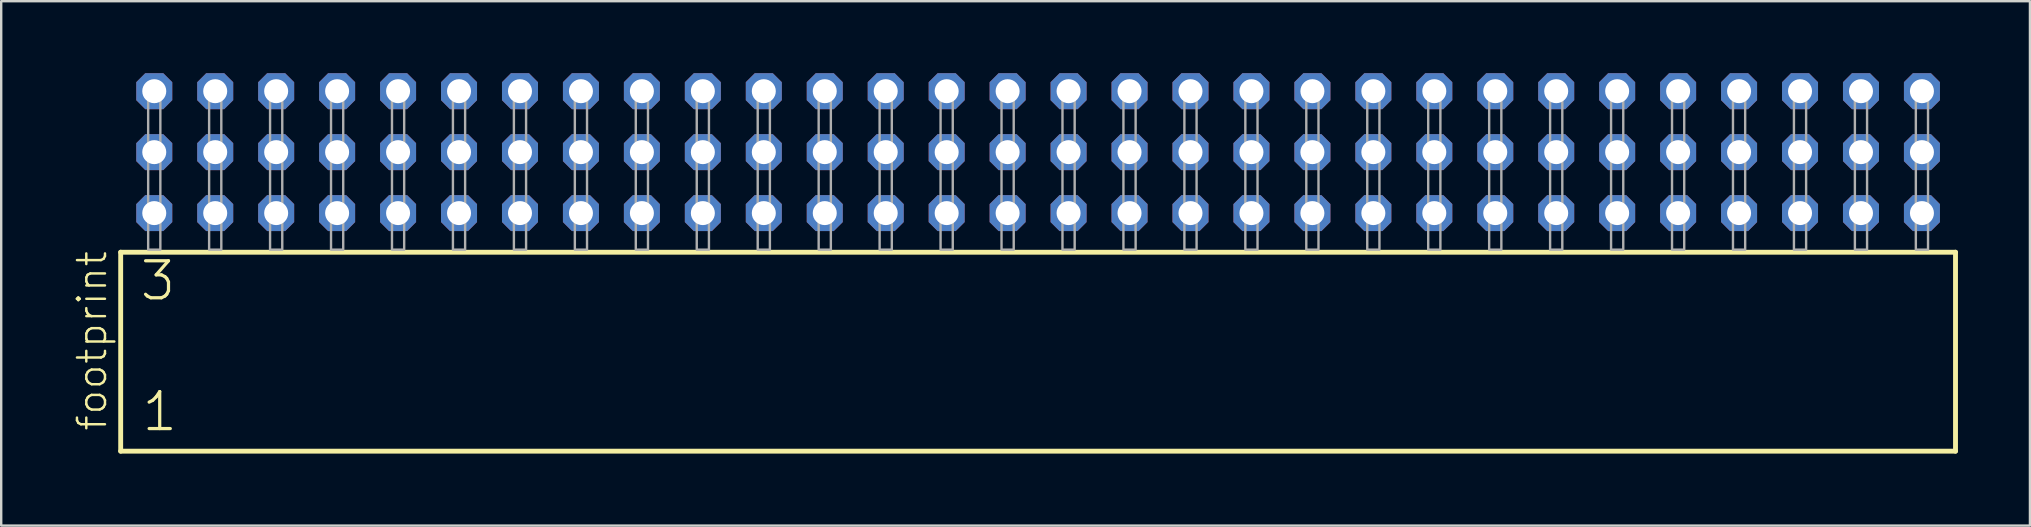
<source format=kicad_pcb>
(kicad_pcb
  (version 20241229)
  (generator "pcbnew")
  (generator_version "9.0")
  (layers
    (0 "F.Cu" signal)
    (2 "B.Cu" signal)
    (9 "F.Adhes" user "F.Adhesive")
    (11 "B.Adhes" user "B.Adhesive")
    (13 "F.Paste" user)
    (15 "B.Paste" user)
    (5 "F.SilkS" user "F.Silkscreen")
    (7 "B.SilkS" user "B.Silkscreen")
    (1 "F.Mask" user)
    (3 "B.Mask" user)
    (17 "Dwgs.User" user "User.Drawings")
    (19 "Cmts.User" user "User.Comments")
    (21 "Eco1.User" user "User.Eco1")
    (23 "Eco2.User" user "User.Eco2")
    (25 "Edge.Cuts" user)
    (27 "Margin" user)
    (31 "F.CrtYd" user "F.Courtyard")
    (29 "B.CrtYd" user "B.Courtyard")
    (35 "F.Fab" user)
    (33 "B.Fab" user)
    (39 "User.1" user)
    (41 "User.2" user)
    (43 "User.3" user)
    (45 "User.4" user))
  (footprint "footprint"
    (layer "F.Cu")
    (at 40.208 7.354)
    (property "Reference" "footprint" (at -38.735 7.62 90) (layer "F.SilkS") (effects (font (size 1.168 1.168) (thickness 0.102)) (justify left bottom)))
    (fp_line (start -38.229 0.106) (end -38.229 8.396) (stroke (width 0.203) (type solid)) (layer "F.SilkS"))
    (fp_line (start -38.229 8.396) (end 38.229 8.396) (stroke (width 0.203) (type solid)) (layer "F.SilkS"))
    (fp_line (start 38.229 0.106) (end -38.229 0.106) (stroke (width 0.203) (type solid)) (layer "F.SilkS"))
    (fp_line (start 38.229 8.396) (end 38.229 0.106) (stroke (width 0.203) (type solid)) (layer "F.SilkS"))
    (fp_poly (pts (xy -37.084 0) (xy -36.576 0) (xy -36.576 -6.858) (xy -37.084 -6.858)) (stroke (width 0.1) (type solid)) (fill no) (layer "F.Fab"))
    (fp_poly (pts (xy -34.544 0) (xy -34.036 0) (xy -34.036 -6.858) (xy -34.544 -6.858)) (stroke (width 0.1) (type solid)) (fill no) (layer "F.Fab"))
    (fp_poly (pts (xy -32.004 0) (xy -31.496 0) (xy -31.496 -6.858) (xy -32.004 -6.858)) (stroke (width 0.1) (type solid)) (fill no) (layer "F.Fab"))
    (fp_poly (pts (xy -29.464 0) (xy -28.956 0) (xy -28.956 -6.858) (xy -29.464 -6.858)) (stroke (width 0.1) (type solid)) (fill no) (layer "F.Fab"))
    (fp_poly (pts (xy -26.924 0) (xy -26.416 0) (xy -26.416 -6.858) (xy -26.924 -6.858)) (stroke (width 0.1) (type solid)) (fill no) (layer "F.Fab"))
    (fp_poly (pts (xy -24.384 0) (xy -23.876 0) (xy -23.876 -6.858) (xy -24.384 -6.858)) (stroke (width 0.1) (type solid)) (fill no) (layer "F.Fab"))
    (fp_poly (pts (xy -21.844 0) (xy -21.336 0) (xy -21.336 -6.858) (xy -21.844 -6.858)) (stroke (width 0.1) (type solid)) (fill no) (layer "F.Fab"))
    (fp_poly (pts (xy -19.304 0) (xy -18.796 0) (xy -18.796 -6.858) (xy -19.304 -6.858)) (stroke (width 0.1) (type solid)) (fill no) (layer "F.Fab"))
    (fp_poly (pts (xy -16.764 0) (xy -16.256 0) (xy -16.256 -6.858) (xy -16.764 -6.858)) (stroke (width 0.1) (type solid)) (fill no) (layer "F.Fab"))
    (fp_poly (pts (xy -14.224 0) (xy -13.716 0) (xy -13.716 -6.858) (xy -14.224 -6.858)) (stroke (width 0.1) (type solid)) (fill no) (layer "F.Fab"))
    (fp_poly (pts (xy -11.684 0) (xy -11.176 0) (xy -11.176 -6.858) (xy -11.684 -6.858)) (stroke (width 0.1) (type solid)) (fill no) (layer "F.Fab"))
    (fp_poly (pts (xy -9.144 0) (xy -8.636 0) (xy -8.636 -6.858) (xy -9.144 -6.858)) (stroke (width 0.1) (type solid)) (fill no) (layer "F.Fab"))
    (fp_poly (pts (xy -6.604 0) (xy -6.096 0) (xy -6.096 -6.858) (xy -6.604 -6.858)) (stroke (width 0.1) (type solid)) (fill no) (layer "F.Fab"))
    (fp_poly (pts (xy -4.064 0) (xy -3.556 0) (xy -3.556 -6.858) (xy -4.064 -6.858)) (stroke (width 0.1) (type solid)) (fill no) (layer "F.Fab"))
    (fp_poly (pts (xy -1.524 0) (xy -1.016 0) (xy -1.016 -6.858) (xy -1.524 -6.858)) (stroke (width 0.1) (type solid)) (fill no) (layer "F.Fab"))
    (fp_poly (pts (xy 1.016 0) (xy 1.524 0) (xy 1.524 -6.858) (xy 1.016 -6.858)) (stroke (width 0.1) (type solid)) (fill no) (layer "F.Fab"))
    (fp_poly (pts (xy 3.556 0) (xy 4.064 0) (xy 4.064 -6.858) (xy 3.556 -6.858)) (stroke (width 0.1) (type solid)) (fill no) (layer "F.Fab"))
    (fp_poly (pts (xy 6.096 0) (xy 6.604 0) (xy 6.604 -6.858) (xy 6.096 -6.858)) (stroke (width 0.1) (type solid)) (fill no) (layer "F.Fab"))
    (fp_poly (pts (xy 8.636 0) (xy 9.144 0) (xy 9.144 -6.858) (xy 8.636 -6.858)) (stroke (width 0.1) (type solid)) (fill no) (layer "F.Fab"))
    (fp_poly (pts (xy 11.176 0) (xy 11.684 0) (xy 11.684 -6.858) (xy 11.176 -6.858)) (stroke (width 0.1) (type solid)) (fill no) (layer "F.Fab"))
    (fp_poly (pts (xy 13.716 0) (xy 14.224 0) (xy 14.224 -6.858) (xy 13.716 -6.858)) (stroke (width 0.1) (type solid)) (fill no) (layer "F.Fab"))
    (fp_poly (pts (xy 16.256 0) (xy 16.764 0) (xy 16.764 -6.858) (xy 16.256 -6.858)) (stroke (width 0.1) (type solid)) (fill no) (layer "F.Fab"))
    (fp_poly (pts (xy 18.796 0) (xy 19.304 0) (xy 19.304 -6.858) (xy 18.796 -6.858)) (stroke (width 0.1) (type solid)) (fill no) (layer "F.Fab"))
    (fp_poly (pts (xy 21.336 0) (xy 21.844 0) (xy 21.844 -6.858) (xy 21.336 -6.858)) (stroke (width 0.1) (type solid)) (fill no) (layer "F.Fab"))
    (fp_poly (pts (xy 23.876 0) (xy 24.384 0) (xy 24.384 -6.858) (xy 23.876 -6.858)) (stroke (width 0.1) (type solid)) (fill no) (layer "F.Fab"))
    (fp_poly (pts (xy 26.416 0) (xy 26.924 0) (xy 26.924 -6.858) (xy 26.416 -6.858)) (stroke (width 0.1) (type solid)) (fill no) (layer "F.Fab"))
    (fp_poly (pts (xy 28.956 0) (xy 29.464 0) (xy 29.464 -6.858) (xy 28.956 -6.858)) (stroke (width 0.1) (type solid)) (fill no) (layer "F.Fab"))
    (fp_poly (pts (xy 31.496 0) (xy 32.004 0) (xy 32.004 -6.858) (xy 31.496 -6.858)) (stroke (width 0.1) (type solid)) (fill no) (layer "F.Fab"))
    (fp_poly (pts (xy 34.036 0) (xy 34.544 0) (xy 34.544 -6.858) (xy 34.036 -6.858)) (stroke (width 0.1) (type solid)) (fill no) (layer "F.Fab"))
    (fp_poly (pts (xy 36.576 0) (xy 37.084 0) (xy 37.084 -6.858) (xy 36.576 -6.858)) (stroke (width 0.1) (type solid)) (fill no) (layer "F.Fab"))
    (fp_text user "3" (at -37.5 2.2 0) (layer "F.SilkS") (effects (font (size 1.542 1.542) (thickness 0.134)) (justify left bottom)))
    (fp_text user "1" (at -37.425 7.65 0) (layer "F.SilkS") (effects (font (size 1.542 1.542) (thickness 0.134)) (justify left bottom)))
    (pad "1" thru_hole roundrect (at -36.83 -1.524) (size 1.5 1.5) (drill 1) (layers "*.Cu" "*.Mask") (roundrect_rratio 0.25) (chamfer_ratio 0.25) (chamfer top_left top_right bottom_left bottom_right))
    (pad "2" thru_hole roundrect (at -36.83 -4.064) (size 1.5 1.5) (drill 1) (layers "*.Cu" "*.Mask") (roundrect_rratio 0.25) (chamfer_ratio 0.25) (chamfer top_left top_right bottom_left bottom_right))
    (pad "3" thru_hole roundrect (at -36.83 -6.604) (size 1.5 1.5) (drill 1) (layers "*.Cu" "*.Mask") (roundrect_rratio 0.25) (chamfer_ratio 0.25) (chamfer top_left top_right bottom_left bottom_right))
    (pad "4" thru_hole roundrect (at -34.29 -1.524) (size 1.5 1.5) (drill 1) (layers "*.Cu" "*.Mask") (roundrect_rratio 0.25) (chamfer_ratio 0.25) (chamfer top_left top_right bottom_left bottom_right))
    (pad "5" thru_hole roundrect (at -34.29 -4.064) (size 1.5 1.5) (drill 1) (layers "*.Cu" "*.Mask") (roundrect_rratio 0.25) (chamfer_ratio 0.25) (chamfer top_left top_right bottom_left bottom_right))
    (pad "6" thru_hole roundrect (at -34.29 -6.604) (size 1.5 1.5) (drill 1) (layers "*.Cu" "*.Mask") (roundrect_rratio 0.25) (chamfer_ratio 0.25) (chamfer top_left top_right bottom_left bottom_right))
    (pad "7" thru_hole roundrect (at -31.75 -1.524) (size 1.5 1.5) (drill 1) (layers "*.Cu" "*.Mask") (roundrect_rratio 0.25) (chamfer_ratio 0.25) (chamfer top_left top_right bottom_left bottom_right))
    (pad "8" thru_hole roundrect (at -31.75 -4.064) (size 1.5 1.5) (drill 1) (layers "*.Cu" "*.Mask") (roundrect_rratio 0.25) (chamfer_ratio 0.25) (chamfer top_left top_right bottom_left bottom_right))
    (pad "9" thru_hole roundrect (at -31.75 -6.604) (size 1.5 1.5) (drill 1) (layers "*.Cu" "*.Mask") (roundrect_rratio 0.25) (chamfer_ratio 0.25) (chamfer top_left top_right bottom_left bottom_right))
    (pad "10" thru_hole roundrect (at -29.21 -1.524) (size 1.5 1.5) (drill 1) (layers "*.Cu" "*.Mask") (roundrect_rratio 0.25) (chamfer_ratio 0.25) (chamfer top_left top_right bottom_left bottom_right))
    (pad "11" thru_hole roundrect (at -29.21 -4.064) (size 1.5 1.5) (drill 1) (layers "*.Cu" "*.Mask") (roundrect_rratio 0.25) (chamfer_ratio 0.25) (chamfer top_left top_right bottom_left bottom_right))
    (pad "12" thru_hole roundrect (at -29.21 -6.604) (size 1.5 1.5) (drill 1) (layers "*.Cu" "*.Mask") (roundrect_rratio 0.25) (chamfer_ratio 0.25) (chamfer top_left top_right bottom_left bottom_right))
    (pad "13" thru_hole roundrect (at -26.67 -1.524) (size 1.5 1.5) (drill 1) (layers "*.Cu" "*.Mask") (roundrect_rratio 0.25) (chamfer_ratio 0.25) (chamfer top_left top_right bottom_left bottom_right))
    (pad "14" thru_hole roundrect (at -26.67 -4.064) (size 1.5 1.5) (drill 1) (layers "*.Cu" "*.Mask") (roundrect_rratio 0.25) (chamfer_ratio 0.25) (chamfer top_left top_right bottom_left bottom_right))
    (pad "15" thru_hole roundrect (at -26.67 -6.604) (size 1.5 1.5) (drill 1) (layers "*.Cu" "*.Mask") (roundrect_rratio 0.25) (chamfer_ratio 0.25) (chamfer top_left top_right bottom_left bottom_right))
    (pad "16" thru_hole roundrect (at -24.13 -1.524) (size 1.5 1.5) (drill 1) (layers "*.Cu" "*.Mask") (roundrect_rratio 0.25) (chamfer_ratio 0.25) (chamfer top_left top_right bottom_left bottom_right))
    (pad "17" thru_hole roundrect (at -24.13 -4.064) (size 1.5 1.5) (drill 1) (layers "*.Cu" "*.Mask") (roundrect_rratio 0.25) (chamfer_ratio 0.25) (chamfer top_left top_right bottom_left bottom_right))
    (pad "18" thru_hole roundrect (at -24.13 -6.604) (size 1.5 1.5) (drill 1) (layers "*.Cu" "*.Mask") (roundrect_rratio 0.25) (chamfer_ratio 0.25) (chamfer top_left top_right bottom_left bottom_right))
    (pad "19" thru_hole roundrect (at -21.59 -1.524) (size 1.5 1.5) (drill 1) (layers "*.Cu" "*.Mask") (roundrect_rratio 0.25) (chamfer_ratio 0.25) (chamfer top_left top_right bottom_left bottom_right))
    (pad "20" thru_hole roundrect (at -21.59 -4.064) (size 1.5 1.5) (drill 1) (layers "*.Cu" "*.Mask") (roundrect_rratio 0.25) (chamfer_ratio 0.25) (chamfer top_left top_right bottom_left bottom_right))
    (pad "21" thru_hole roundrect (at -21.59 -6.604) (size 1.5 1.5) (drill 1) (layers "*.Cu" "*.Mask") (roundrect_rratio 0.25) (chamfer_ratio 0.25) (chamfer top_left top_right bottom_left bottom_right))
    (pad "22" thru_hole roundrect (at -19.05 -1.524) (size 1.5 1.5) (drill 1) (layers "*.Cu" "*.Mask") (roundrect_rratio 0.25) (chamfer_ratio 0.25) (chamfer top_left top_right bottom_left bottom_right))
    (pad "23" thru_hole roundrect (at -19.05 -4.064) (size 1.5 1.5) (drill 1) (layers "*.Cu" "*.Mask") (roundrect_rratio 0.25) (chamfer_ratio 0.25) (chamfer top_left top_right bottom_left bottom_right))
    (pad "24" thru_hole roundrect (at -19.05 -6.604) (size 1.5 1.5) (drill 1) (layers "*.Cu" "*.Mask") (roundrect_rratio 0.25) (chamfer_ratio 0.25) (chamfer top_left top_right bottom_left bottom_right))
    (pad "25" thru_hole roundrect (at -16.51 -1.524) (size 1.5 1.5) (drill 1) (layers "*.Cu" "*.Mask") (roundrect_rratio 0.25) (chamfer_ratio 0.25) (chamfer top_left top_right bottom_left bottom_right))
    (pad "26" thru_hole roundrect (at -16.51 -4.064) (size 1.5 1.5) (drill 1) (layers "*.Cu" "*.Mask") (roundrect_rratio 0.25) (chamfer_ratio 0.25) (chamfer top_left top_right bottom_left bottom_right))
    (pad "27" thru_hole roundrect (at -16.51 -6.604) (size 1.5 1.5) (drill 1) (layers "*.Cu" "*.Mask") (roundrect_rratio 0.25) (chamfer_ratio 0.25) (chamfer top_left top_right bottom_left bottom_right))
    (pad "28" thru_hole roundrect (at -13.97 -1.524) (size 1.5 1.5) (drill 1) (layers "*.Cu" "*.Mask") (roundrect_rratio 0.25) (chamfer_ratio 0.25) (chamfer top_left top_right bottom_left bottom_right))
    (pad "29" thru_hole roundrect (at -13.97 -4.064) (size 1.5 1.5) (drill 1) (layers "*.Cu" "*.Mask") (roundrect_rratio 0.25) (chamfer_ratio 0.25) (chamfer top_left top_right bottom_left bottom_right))
    (pad "30" thru_hole roundrect (at -13.97 -6.604) (size 1.5 1.5) (drill 1) (layers "*.Cu" "*.Mask") (roundrect_rratio 0.25) (chamfer_ratio 0.25) (chamfer top_left top_right bottom_left bottom_right))
    (pad "31" thru_hole roundrect (at -11.43 -1.524) (size 1.5 1.5) (drill 1) (layers "*.Cu" "*.Mask") (roundrect_rratio 0.25) (chamfer_ratio 0.25) (chamfer top_left top_right bottom_left bottom_right))
    (pad "32" thru_hole roundrect (at -11.43 -4.064) (size 1.5 1.5) (drill 1) (layers "*.Cu" "*.Mask") (roundrect_rratio 0.25) (chamfer_ratio 0.25) (chamfer top_left top_right bottom_left bottom_right))
    (pad "33" thru_hole roundrect (at -11.43 -6.604) (size 1.5 1.5) (drill 1) (layers "*.Cu" "*.Mask") (roundrect_rratio 0.25) (chamfer_ratio 0.25) (chamfer top_left top_right bottom_left bottom_right))
    (pad "34" thru_hole roundrect (at -8.89 -1.524) (size 1.5 1.5) (drill 1) (layers "*.Cu" "*.Mask") (roundrect_rratio 0.25) (chamfer_ratio 0.25) (chamfer top_left top_right bottom_left bottom_right))
    (pad "35" thru_hole roundrect (at -8.89 -4.064) (size 1.5 1.5) (drill 1) (layers "*.Cu" "*.Mask") (roundrect_rratio 0.25) (chamfer_ratio 0.25) (chamfer top_left top_right bottom_left bottom_right))
    (pad "36" thru_hole roundrect (at -8.89 -6.604) (size 1.5 1.5) (drill 1) (layers "*.Cu" "*.Mask") (roundrect_rratio 0.25) (chamfer_ratio 0.25) (chamfer top_left top_right bottom_left bottom_right))
    (pad "37" thru_hole roundrect (at -6.35 -1.524) (size 1.5 1.5) (drill 1) (layers "*.Cu" "*.Mask") (roundrect_rratio 0.25) (chamfer_ratio 0.25) (chamfer top_left top_right bottom_left bottom_right))
    (pad "38" thru_hole roundrect (at -6.35 -4.064) (size 1.5 1.5) (drill 1) (layers "*.Cu" "*.Mask") (roundrect_rratio 0.25) (chamfer_ratio 0.25) (chamfer top_left top_right bottom_left bottom_right))
    (pad "39" thru_hole roundrect (at -6.35 -6.604) (size 1.5 1.5) (drill 1) (layers "*.Cu" "*.Mask") (roundrect_rratio 0.25) (chamfer_ratio 0.25) (chamfer top_left top_right bottom_left bottom_right))
    (pad "40" thru_hole roundrect (at -3.81 -1.524) (size 1.5 1.5) (drill 1) (layers "*.Cu" "*.Mask") (roundrect_rratio 0.25) (chamfer_ratio 0.25) (chamfer top_left top_right bottom_left bottom_right))
    (pad "41" thru_hole roundrect (at -3.81 -4.064) (size 1.5 1.5) (drill 1) (layers "*.Cu" "*.Mask") (roundrect_rratio 0.25) (chamfer_ratio 0.25) (chamfer top_left top_right bottom_left bottom_right))
    (pad "42" thru_hole roundrect (at -3.81 -6.604) (size 1.5 1.5) (drill 1) (layers "*.Cu" "*.Mask") (roundrect_rratio 0.25) (chamfer_ratio 0.25) (chamfer top_left top_right bottom_left bottom_right))
    (pad "43" thru_hole roundrect (at -1.27 -1.524) (size 1.5 1.5) (drill 1) (layers "*.Cu" "*.Mask") (roundrect_rratio 0.25) (chamfer_ratio 0.25) (chamfer top_left top_right bottom_left bottom_right))
    (pad "44" thru_hole roundrect (at -1.27 -4.064) (size 1.5 1.5) (drill 1) (layers "*.Cu" "*.Mask") (roundrect_rratio 0.25) (chamfer_ratio 0.25) (chamfer top_left top_right bottom_left bottom_right))
    (pad "45" thru_hole roundrect (at -1.27 -6.604) (size 1.5 1.5) (drill 1) (layers "*.Cu" "*.Mask") (roundrect_rratio 0.25) (chamfer_ratio 0.25) (chamfer top_left top_right bottom_left bottom_right))
    (pad "46" thru_hole roundrect (at 1.27 -1.524) (size 1.5 1.5) (drill 1) (layers "*.Cu" "*.Mask") (roundrect_rratio 0.25) (chamfer_ratio 0.25) (chamfer top_left top_right bottom_left bottom_right))
    (pad "47" thru_hole roundrect (at 1.27 -4.064) (size 1.5 1.5) (drill 1) (layers "*.Cu" "*.Mask") (roundrect_rratio 0.25) (chamfer_ratio 0.25) (chamfer top_left top_right bottom_left bottom_right))
    (pad "48" thru_hole roundrect (at 1.27 -6.604) (size 1.5 1.5) (drill 1) (layers "*.Cu" "*.Mask") (roundrect_rratio 0.25) (chamfer_ratio 0.25) (chamfer top_left top_right bottom_left bottom_right))
    (pad "49" thru_hole roundrect (at 3.81 -1.524) (size 1.5 1.5) (drill 1) (layers "*.Cu" "*.Mask") (roundrect_rratio 0.25) (chamfer_ratio 0.25) (chamfer top_left top_right bottom_left bottom_right))
    (pad "50" thru_hole roundrect (at 3.81 -4.064) (size 1.5 1.5) (drill 1) (layers "*.Cu" "*.Mask") (roundrect_rratio 0.25) (chamfer_ratio 0.25) (chamfer top_left top_right bottom_left bottom_right))
    (pad "51" thru_hole roundrect (at 3.81 -6.604) (size 1.5 1.5) (drill 1) (layers "*.Cu" "*.Mask") (roundrect_rratio 0.25) (chamfer_ratio 0.25) (chamfer top_left top_right bottom_left bottom_right))
    (pad "52" thru_hole roundrect (at 6.35 -1.524) (size 1.5 1.5) (drill 1) (layers "*.Cu" "*.Mask") (roundrect_rratio 0.25) (chamfer_ratio 0.25) (chamfer top_left top_right bottom_left bottom_right))
    (pad "53" thru_hole roundrect (at 6.35 -4.064) (size 1.5 1.5) (drill 1) (layers "*.Cu" "*.Mask") (roundrect_rratio 0.25) (chamfer_ratio 0.25) (chamfer top_left top_right bottom_left bottom_right))
    (pad "54" thru_hole roundrect (at 6.35 -6.604) (size 1.5 1.5) (drill 1) (layers "*.Cu" "*.Mask") (roundrect_rratio 0.25) (chamfer_ratio 0.25) (chamfer top_left top_right bottom_left bottom_right))
    (pad "55" thru_hole roundrect (at 8.89 -1.524) (size 1.5 1.5) (drill 1) (layers "*.Cu" "*.Mask") (roundrect_rratio 0.25) (chamfer_ratio 0.25) (chamfer top_left top_right bottom_left bottom_right))
    (pad "56" thru_hole roundrect (at 8.89 -4.064) (size 1.5 1.5) (drill 1) (layers "*.Cu" "*.Mask") (roundrect_rratio 0.25) (chamfer_ratio 0.25) (chamfer top_left top_right bottom_left bottom_right))
    (pad "57" thru_hole roundrect (at 8.89 -6.604) (size 1.5 1.5) (drill 1) (layers "*.Cu" "*.Mask") (roundrect_rratio 0.25) (chamfer_ratio 0.25) (chamfer top_left top_right bottom_left bottom_right))
    (pad "58" thru_hole roundrect (at 11.43 -1.524) (size 1.5 1.5) (drill 1) (layers "*.Cu" "*.Mask") (roundrect_rratio 0.25) (chamfer_ratio 0.25) (chamfer top_left top_right bottom_left bottom_right))
    (pad "59" thru_hole roundrect (at 11.43 -4.064) (size 1.5 1.5) (drill 1) (layers "*.Cu" "*.Mask") (roundrect_rratio 0.25) (chamfer_ratio 0.25) (chamfer top_left top_right bottom_left bottom_right))
    (pad "60" thru_hole roundrect (at 11.43 -6.604) (size 1.5 1.5) (drill 1) (layers "*.Cu" "*.Mask") (roundrect_rratio 0.25) (chamfer_ratio 0.25) (chamfer top_left top_right bottom_left bottom_right))
    (pad "61" thru_hole roundrect (at 13.97 -1.524) (size 1.5 1.5) (drill 1) (layers "*.Cu" "*.Mask") (roundrect_rratio 0.25) (chamfer_ratio 0.25) (chamfer top_left top_right bottom_left bottom_right))
    (pad "62" thru_hole roundrect (at 13.97 -4.064) (size 1.5 1.5) (drill 1) (layers "*.Cu" "*.Mask") (roundrect_rratio 0.25) (chamfer_ratio 0.25) (chamfer top_left top_right bottom_left bottom_right))
    (pad "63" thru_hole roundrect (at 13.97 -6.604) (size 1.5 1.5) (drill 1) (layers "*.Cu" "*.Mask") (roundrect_rratio 0.25) (chamfer_ratio 0.25) (chamfer top_left top_right bottom_left bottom_right))
    (pad "64" thru_hole roundrect (at 16.51 -1.524) (size 1.5 1.5) (drill 1) (layers "*.Cu" "*.Mask") (roundrect_rratio 0.25) (chamfer_ratio 0.25) (chamfer top_left top_right bottom_left bottom_right))
    (pad "65" thru_hole roundrect (at 16.51 -4.064) (size 1.5 1.5) (drill 1) (layers "*.Cu" "*.Mask") (roundrect_rratio 0.25) (chamfer_ratio 0.25) (chamfer top_left top_right bottom_left bottom_right))
    (pad "66" thru_hole roundrect (at 16.51 -6.604) (size 1.5 1.5) (drill 1) (layers "*.Cu" "*.Mask") (roundrect_rratio 0.25) (chamfer_ratio 0.25) (chamfer top_left top_right bottom_left bottom_right))
    (pad "67" thru_hole roundrect (at 19.05 -1.524) (size 1.5 1.5) (drill 1) (layers "*.Cu" "*.Mask") (roundrect_rratio 0.25) (chamfer_ratio 0.25) (chamfer top_left top_right bottom_left bottom_right))
    (pad "68" thru_hole roundrect (at 19.05 -4.064) (size 1.5 1.5) (drill 1) (layers "*.Cu" "*.Mask") (roundrect_rratio 0.25) (chamfer_ratio 0.25) (chamfer top_left top_right bottom_left bottom_right))
    (pad "69" thru_hole roundrect (at 19.05 -6.604) (size 1.5 1.5) (drill 1) (layers "*.Cu" "*.Mask") (roundrect_rratio 0.25) (chamfer_ratio 0.25) (chamfer top_left top_right bottom_left bottom_right))
    (pad "70" thru_hole roundrect (at 21.59 -1.524) (size 1.5 1.5) (drill 1) (layers "*.Cu" "*.Mask") (roundrect_rratio 0.25) (chamfer_ratio 0.25) (chamfer top_left top_right bottom_left bottom_right))
    (pad "71" thru_hole roundrect (at 21.59 -4.064) (size 1.5 1.5) (drill 1) (layers "*.Cu" "*.Mask") (roundrect_rratio 0.25) (chamfer_ratio 0.25) (chamfer top_left top_right bottom_left bottom_right))
    (pad "72" thru_hole roundrect (at 21.59 -6.604) (size 1.5 1.5) (drill 1) (layers "*.Cu" "*.Mask") (roundrect_rratio 0.25) (chamfer_ratio 0.25) (chamfer top_left top_right bottom_left bottom_right))
    (pad "73" thru_hole roundrect (at 24.13 -1.524) (size 1.5 1.5) (drill 1) (layers "*.Cu" "*.Mask") (roundrect_rratio 0.25) (chamfer_ratio 0.25) (chamfer top_left top_right bottom_left bottom_right))
    (pad "74" thru_hole roundrect (at 24.13 -4.064) (size 1.5 1.5) (drill 1) (layers "*.Cu" "*.Mask") (roundrect_rratio 0.25) (chamfer_ratio 0.25) (chamfer top_left top_right bottom_left bottom_right))
    (pad "75" thru_hole roundrect (at 24.13 -6.604) (size 1.5 1.5) (drill 1) (layers "*.Cu" "*.Mask") (roundrect_rratio 0.25) (chamfer_ratio 0.25) (chamfer top_left top_right bottom_left bottom_right))
    (pad "76" thru_hole roundrect (at 26.67 -1.524) (size 1.5 1.5) (drill 1) (layers "*.Cu" "*.Mask") (roundrect_rratio 0.25) (chamfer_ratio 0.25) (chamfer top_left top_right bottom_left bottom_right))
    (pad "77" thru_hole roundrect (at 26.67 -4.064) (size 1.5 1.5) (drill 1) (layers "*.Cu" "*.Mask") (roundrect_rratio 0.25) (chamfer_ratio 0.25) (chamfer top_left top_right bottom_left bottom_right))
    (pad "78" thru_hole roundrect (at 26.67 -6.604) (size 1.5 1.5) (drill 1) (layers "*.Cu" "*.Mask") (roundrect_rratio 0.25) (chamfer_ratio 0.25) (chamfer top_left top_right bottom_left bottom_right))
    (pad "79" thru_hole roundrect (at 29.21 -1.524) (size 1.5 1.5) (drill 1) (layers "*.Cu" "*.Mask") (roundrect_rratio 0.25) (chamfer_ratio 0.25) (chamfer top_left top_right bottom_left bottom_right))
    (pad "80" thru_hole roundrect (at 29.21 -4.064) (size 1.5 1.5) (drill 1) (layers "*.Cu" "*.Mask") (roundrect_rratio 0.25) (chamfer_ratio 0.25) (chamfer top_left top_right bottom_left bottom_right))
    (pad "81" thru_hole roundrect (at 29.21 -6.604) (size 1.5 1.5) (drill 1) (layers "*.Cu" "*.Mask") (roundrect_rratio 0.25) (chamfer_ratio 0.25) (chamfer top_left top_right bottom_left bottom_right))
    (pad "82" thru_hole roundrect (at 31.75 -1.524) (size 1.5 1.5) (drill 1) (layers "*.Cu" "*.Mask") (roundrect_rratio 0.25) (chamfer_ratio 0.25) (chamfer top_left top_right bottom_left bottom_right))
    (pad "83" thru_hole roundrect (at 31.75 -4.064) (size 1.5 1.5) (drill 1) (layers "*.Cu" "*.Mask") (roundrect_rratio 0.25) (chamfer_ratio 0.25) (chamfer top_left top_right bottom_left bottom_right))
    (pad "84" thru_hole roundrect (at 31.75 -6.604) (size 1.5 1.5) (drill 1) (layers "*.Cu" "*.Mask") (roundrect_rratio 0.25) (chamfer_ratio 0.25) (chamfer top_left top_right bottom_left bottom_right))
    (pad "85" thru_hole roundrect (at 34.29 -1.524) (size 1.5 1.5) (drill 1) (layers "*.Cu" "*.Mask") (roundrect_rratio 0.25) (chamfer_ratio 0.25) (chamfer top_left top_right bottom_left bottom_right))
    (pad "86" thru_hole roundrect (at 34.29 -4.064) (size 1.5 1.5) (drill 1) (layers "*.Cu" "*.Mask") (roundrect_rratio 0.25) (chamfer_ratio 0.25) (chamfer top_left top_right bottom_left bottom_right))
    (pad "87" thru_hole roundrect (at 34.29 -6.604) (size 1.5 1.5) (drill 1) (layers "*.Cu" "*.Mask") (roundrect_rratio 0.25) (chamfer_ratio 0.25) (chamfer top_left top_right bottom_left bottom_right))
    (pad "88" thru_hole roundrect (at 36.83 -1.524) (size 1.5 1.5) (drill 1) (layers "*.Cu" "*.Mask") (roundrect_rratio 0.25) (chamfer_ratio 0.25) (chamfer top_left top_right bottom_left bottom_right))
    (pad "89" thru_hole roundrect (at 36.83 -4.064) (size 1.5 1.5) (drill 1) (layers "*.Cu" "*.Mask") (roundrect_rratio 0.25) (chamfer_ratio 0.25) (chamfer top_left top_right bottom_left bottom_right))
    (pad "90" thru_hole roundrect (at 36.83 -6.604) (size 1.5 1.5) (drill 1) (layers "*.Cu" "*.Mask") (roundrect_rratio 0.25) (chamfer_ratio 0.25) (chamfer top_left top_right bottom_left bottom_right)))
  (gr_rect
    (start -3 -3)
    (end 81.539 18.852)
    (stroke (width 0.1) (type default))
    (fill no)
    (layer "Edge.Cuts")))
</source>
